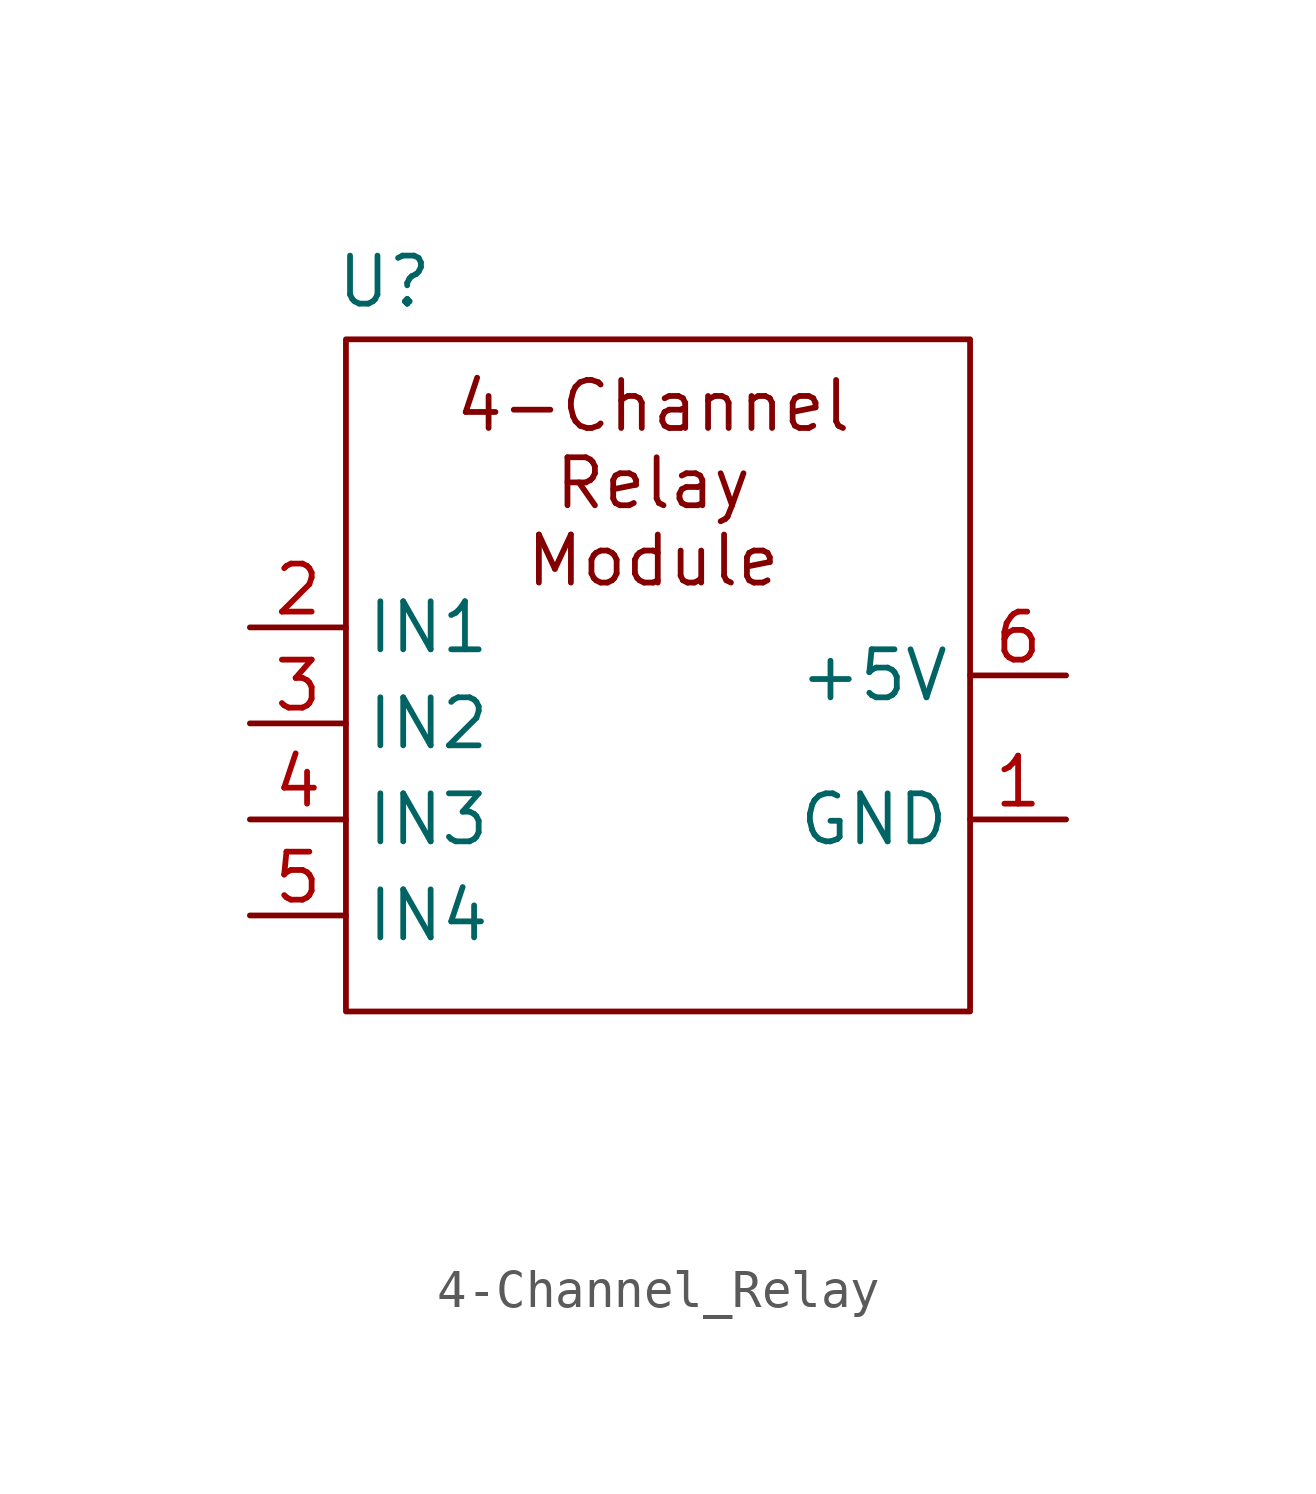
<source format=kicad_sym>
(kicad_symbol_lib
  (version 20241209)
  (generator "kicad_symbol_editor")
  (generator_version "9.0")
  (symbol "4-Channel_Relay"
    (property "Reference" "U"
      (at 1.016 23.114 0)
      (effects (font (size 1.27 1.27))))
    (property "Value" ""
      (at 0 0 0)
      (effects (font (size 1.27 1.27))))
    (symbol "4-Channel_Relay_0_1"
      (rectangle (start 0 21.59) (end 16.51 3.81) (stroke (width 0) (type default)) (fill (type none))))
    (symbol "4-Channel_Relay_1_1"
      (text "4-Channel\nRelay\nModule" (at 8.128 17.78 0) (effects (font (size 1.27 1.27))))
      (pin input line (at -2.54 13.97 0) (length 2.54) (name "IN1" (effects (font (size 1.27 1.27)))) (number "2" (effects (font (size 1.27 1.27)))))
      (pin input line (at -2.54 11.43 0) (length 2.54) (name "IN2" (effects (font (size 1.27 1.27)))) (number "3" (effects (font (size 1.27 1.27)))))
      (pin input line (at -2.54 8.89 0) (length 2.54) (name "IN3" (effects (font (size 1.27 1.27)))) (number "4" (effects (font (size 1.27 1.27)))))
      (pin input line (at -2.54 6.35 0) (length 2.54) (name "IN4" (effects (font (size 1.27 1.27)))) (number "5" (effects (font (size 1.27 1.27)))))
      (pin power_in line (at 19.05 12.7 180) (length 2.54) (name "+5V" (effects (font (size 1.27 1.27)))) (number "6" (effects (font (size 1.27 1.27)))))
      (pin passive line (at 19.05 8.89 180) (length 2.54) (name "GND" (effects (font (size 1.27 1.27)))) (number "1" (effects (font (size 1.27 1.27))))))))
</source>
